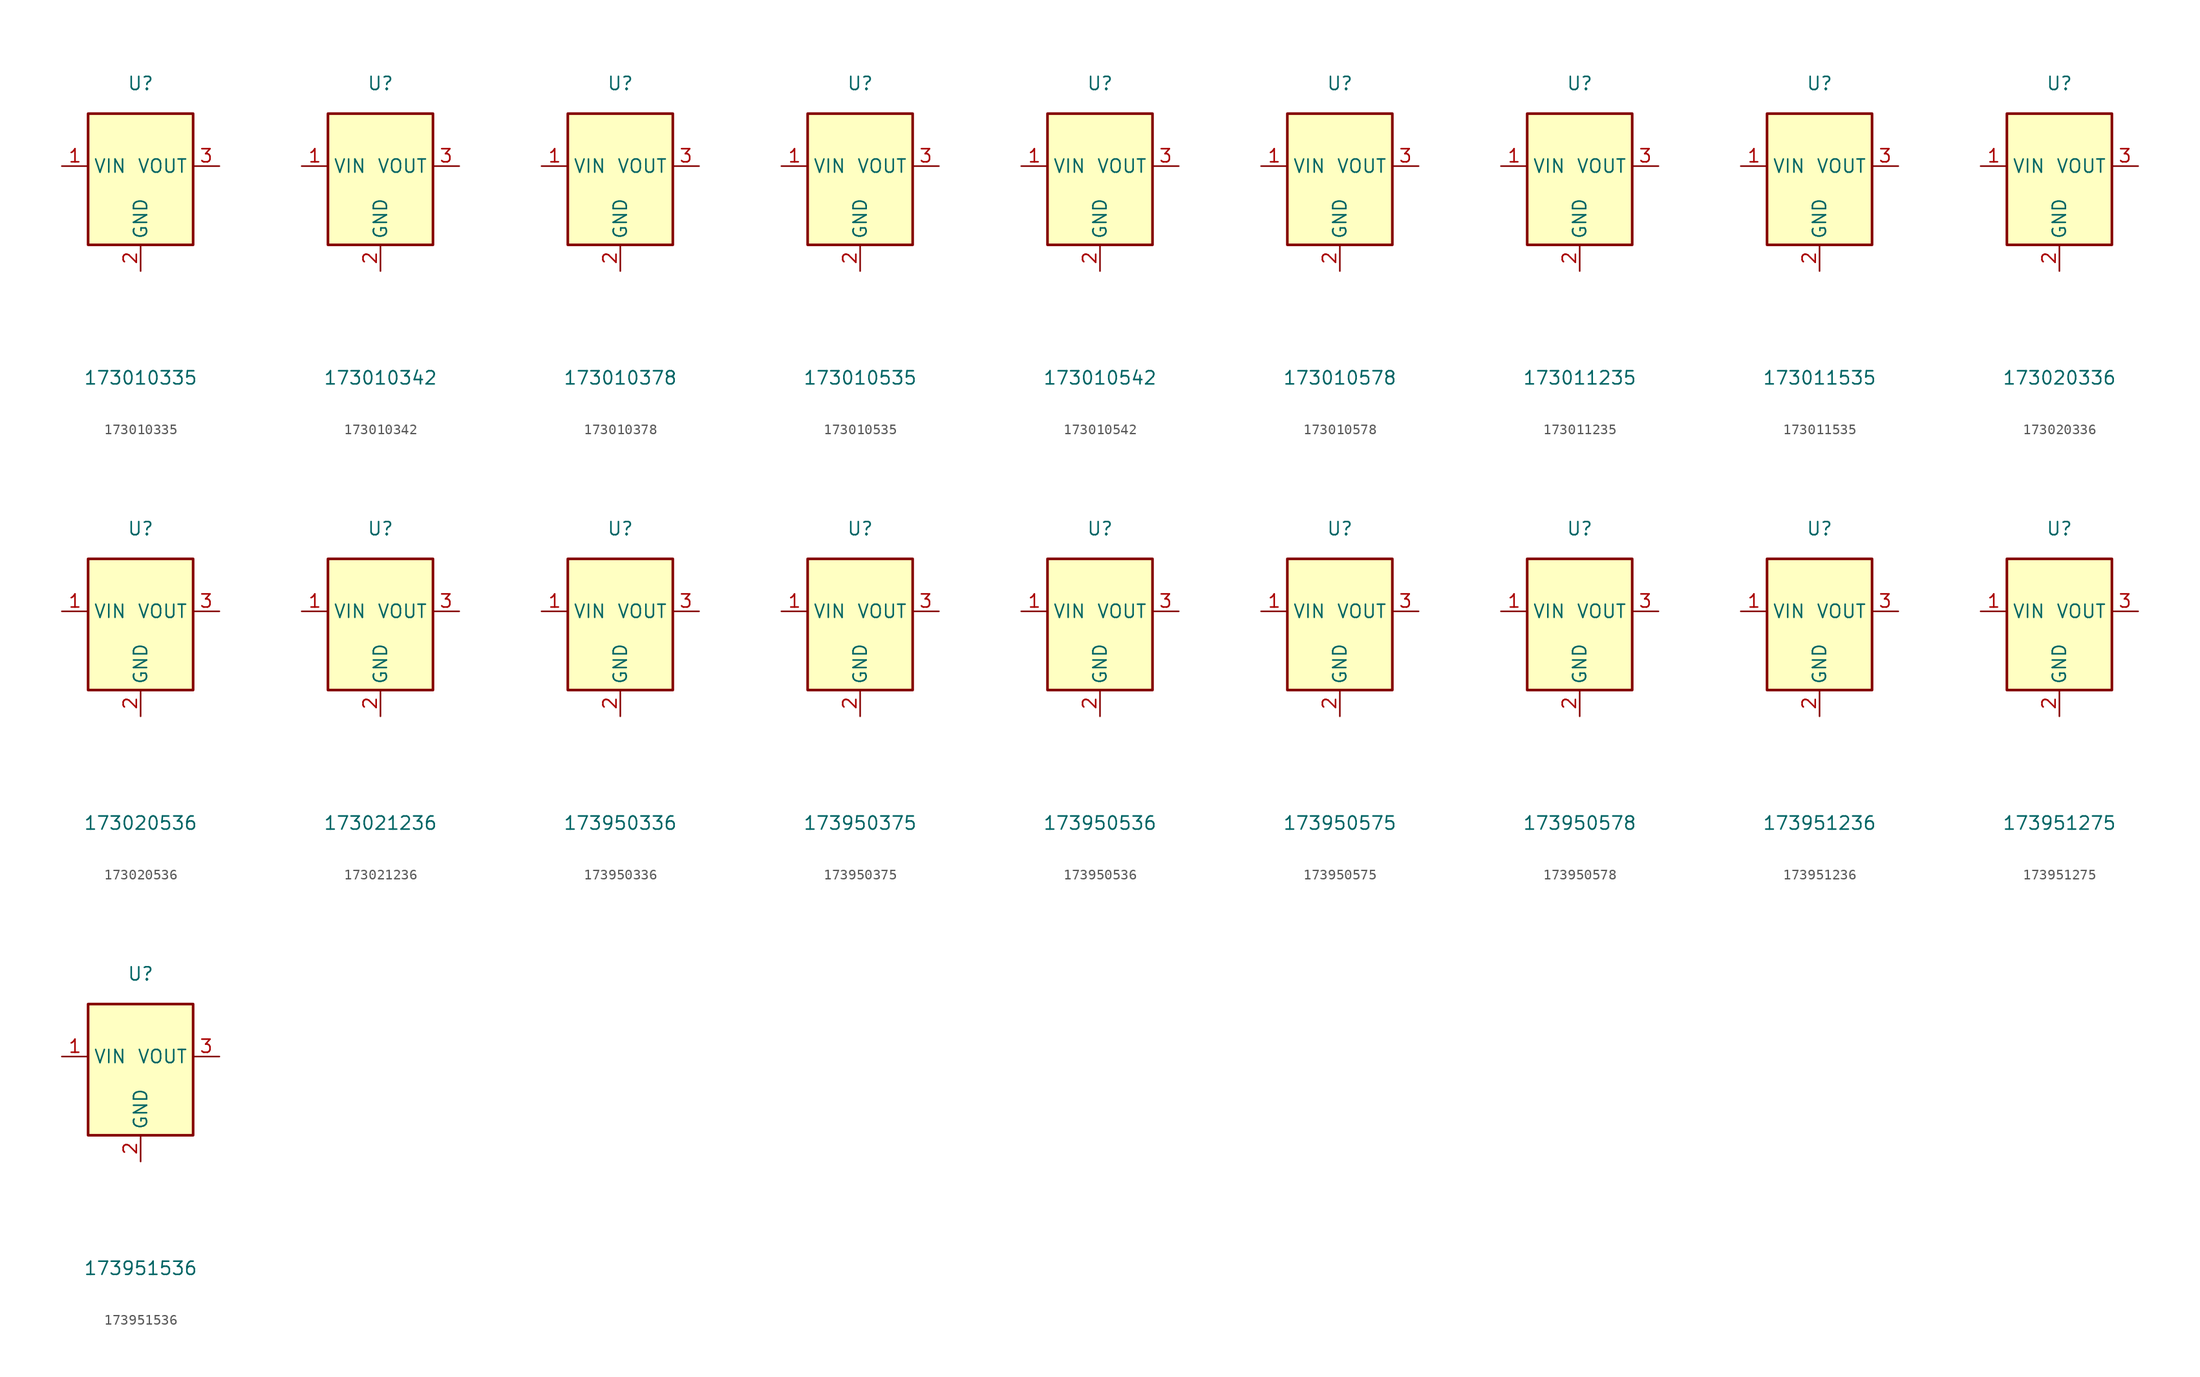
<source format=kicad_sym>
(kicad_symbol_lib
  (version 20220914)
  (generator kicad_symbol_editor)
  (symbol "173010335"
    (property "Reference" "U"
      (at 0 8 0)
      (effects (font (size 1.27 1.27))))
    (property "Value" "173010335"
      (at 0 -20.5 0)
      (effects (font (size 1.27 1.27))))
    (symbol "173010335_1_0"
      (rectangle (start -5.08 5.08) (end 5.08 -7.62) (stroke (width 0.254) (type solid)) (fill (type background))))
    (symbol "173010335_1_1"
      (pin power_in line (at -7.62 0 0) (length 2.54) (name "VIN" (effects (font (size 1.27 1.27)))) (number "1" (effects (font (size 1.27 1.27)))))
      (pin power_in line (at 0 -10.16 90) (length 2.54) (name "GND" (effects (font (size 1.27 1.27)))) (number "2" (effects (font (size 1.27 1.27)))))
      (pin power_out line (at 7.62 0 180) (length 2.54) (name "VOUT" (effects (font (size 1.27 1.27)))) (number "3" (effects (font (size 1.27 1.27)))))))
  (symbol "173010342"
    (property "Reference" "U"
      (at 0 8 0)
      (effects (font (size 1.27 1.27))))
    (property "Value" "173010342"
      (at 0 -20.5 0)
      (effects (font (size 1.27 1.27))))
    (symbol "173010342_1_0"
      (rectangle (start -5.08 5.08) (end 5.08 -7.62) (stroke (width 0.254) (type solid)) (fill (type background))))
    (symbol "173010342_1_1"
      (pin power_in line (at -7.62 0 0) (length 2.54) (name "VIN" (effects (font (size 1.27 1.27)))) (number "1" (effects (font (size 1.27 1.27)))))
      (pin power_in line (at 0 -10.16 90) (length 2.54) (name "GND" (effects (font (size 1.27 1.27)))) (number "2" (effects (font (size 1.27 1.27)))))
      (pin power_out line (at 7.62 0 180) (length 2.54) (name "VOUT" (effects (font (size 1.27 1.27)))) (number "3" (effects (font (size 1.27 1.27)))))))
  (symbol "173010378"
    (property "Reference" "U"
      (at 0 8 0)
      (effects (font (size 1.27 1.27))))
    (property "Value" "173010378"
      (at 0 -20.5 0)
      (effects (font (size 1.27 1.27))))
    (symbol "173010378_1_0"
      (rectangle (start -5.08 5.08) (end 5.08 -7.62) (stroke (width 0.254) (type solid)) (fill (type background))))
    (symbol "173010378_1_1"
      (pin power_in line (at -7.62 0 0) (length 2.54) (name "VIN" (effects (font (size 1.27 1.27)))) (number "1" (effects (font (size 1.27 1.27)))))
      (pin power_in line (at 0 -10.16 90) (length 2.54) (name "GND" (effects (font (size 1.27 1.27)))) (number "2" (effects (font (size 1.27 1.27)))))
      (pin power_out line (at 7.62 0 180) (length 2.54) (name "VOUT" (effects (font (size 1.27 1.27)))) (number "3" (effects (font (size 1.27 1.27)))))))
  (symbol "173010535"
    (property "Reference" "U"
      (at 0 8 0)
      (effects (font (size 1.27 1.27))))
    (property "Value" "173010535"
      (at 0 -20.5 0)
      (effects (font (size 1.27 1.27))))
    (symbol "173010535_1_0"
      (rectangle (start -5.08 5.08) (end 5.08 -7.62) (stroke (width 0.254) (type solid)) (fill (type background))))
    (symbol "173010535_1_1"
      (pin power_in line (at -7.62 0 0) (length 2.54) (name "VIN" (effects (font (size 1.27 1.27)))) (number "1" (effects (font (size 1.27 1.27)))))
      (pin power_in line (at 0 -10.16 90) (length 2.54) (name "GND" (effects (font (size 1.27 1.27)))) (number "2" (effects (font (size 1.27 1.27)))))
      (pin power_out line (at 7.62 0 180) (length 2.54) (name "VOUT" (effects (font (size 1.27 1.27)))) (number "3" (effects (font (size 1.27 1.27)))))))
  (symbol "173010542"
    (property "Reference" "U"
      (at 0 8 0)
      (effects (font (size 1.27 1.27))))
    (property "Value" "173010542"
      (at 0 -20.5 0)
      (effects (font (size 1.27 1.27))))
    (symbol "173010542_1_0"
      (rectangle (start -5.08 5.08) (end 5.08 -7.62) (stroke (width 0.254) (type solid)) (fill (type background))))
    (symbol "173010542_1_1"
      (pin power_in line (at -7.62 0 0) (length 2.54) (name "VIN" (effects (font (size 1.27 1.27)))) (number "1" (effects (font (size 1.27 1.27)))))
      (pin power_in line (at 0 -10.16 90) (length 2.54) (name "GND" (effects (font (size 1.27 1.27)))) (number "2" (effects (font (size 1.27 1.27)))))
      (pin power_out line (at 7.62 0 180) (length 2.54) (name "VOUT" (effects (font (size 1.27 1.27)))) (number "3" (effects (font (size 1.27 1.27)))))))
  (symbol "173010578"
    (property "Reference" "U"
      (at 0 8 0)
      (effects (font (size 1.27 1.27))))
    (property "Value" "173010578"
      (at 0 -20.5 0)
      (effects (font (size 1.27 1.27))))
    (symbol "173010578_1_0"
      (rectangle (start -5.08 5.08) (end 5.08 -7.62) (stroke (width 0.254) (type solid)) (fill (type background))))
    (symbol "173010578_1_1"
      (pin power_in line (at -7.62 0 0) (length 2.54) (name "VIN" (effects (font (size 1.27 1.27)))) (number "1" (effects (font (size 1.27 1.27)))))
      (pin power_in line (at 0 -10.16 90) (length 2.54) (name "GND" (effects (font (size 1.27 1.27)))) (number "2" (effects (font (size 1.27 1.27)))))
      (pin power_out line (at 7.62 0 180) (length 2.54) (name "VOUT" (effects (font (size 1.27 1.27)))) (number "3" (effects (font (size 1.27 1.27)))))))
  (symbol "173011235"
    (property "Reference" "U"
      (at 0 8 0)
      (effects (font (size 1.27 1.27))))
    (property "Value" "173011235"
      (at 0 -20.5 0)
      (effects (font (size 1.27 1.27))))
    (symbol "173011235_1_0"
      (rectangle (start -5.08 5.08) (end 5.08 -7.62) (stroke (width 0.254) (type solid)) (fill (type background))))
    (symbol "173011235_1_1"
      (pin power_in line (at -7.62 0 0) (length 2.54) (name "VIN" (effects (font (size 1.27 1.27)))) (number "1" (effects (font (size 1.27 1.27)))))
      (pin power_in line (at 0 -10.16 90) (length 2.54) (name "GND" (effects (font (size 1.27 1.27)))) (number "2" (effects (font (size 1.27 1.27)))))
      (pin power_out line (at 7.62 0 180) (length 2.54) (name "VOUT" (effects (font (size 1.27 1.27)))) (number "3" (effects (font (size 1.27 1.27)))))))
  (symbol "173011535"
    (property "Reference" "U"
      (at 0 8 0)
      (effects (font (size 1.27 1.27))))
    (property "Value" "173011535"
      (at 0 -20.5 0)
      (effects (font (size 1.27 1.27))))
    (symbol "173011535_1_0"
      (rectangle (start -5.08 5.08) (end 5.08 -7.62) (stroke (width 0.254) (type solid)) (fill (type background))))
    (symbol "173011535_1_1"
      (pin power_in line (at -7.62 0 0) (length 2.54) (name "VIN" (effects (font (size 1.27 1.27)))) (number "1" (effects (font (size 1.27 1.27)))))
      (pin power_in line (at 0 -10.16 90) (length 2.54) (name "GND" (effects (font (size 1.27 1.27)))) (number "2" (effects (font (size 1.27 1.27)))))
      (pin power_out line (at 7.62 0 180) (length 2.54) (name "VOUT" (effects (font (size 1.27 1.27)))) (number "3" (effects (font (size 1.27 1.27)))))))
  (symbol "173020336"
    (property "Reference" "U"
      (at 0 8 0)
      (effects (font (size 1.27 1.27))))
    (property "Value" "173020336"
      (at 0 -20.5 0)
      (effects (font (size 1.27 1.27))))
    (symbol "173020336_1_0"
      (rectangle (start -5.08 5.08) (end 5.08 -7.62) (stroke (width 0.254) (type solid)) (fill (type background))))
    (symbol "173020336_1_1"
      (pin power_in line (at -7.62 0 0) (length 2.54) (name "VIN" (effects (font (size 1.27 1.27)))) (number "1" (effects (font (size 1.27 1.27)))))
      (pin power_in line (at 0 -10.16 90) (length 2.54) (name "GND" (effects (font (size 1.27 1.27)))) (number "2" (effects (font (size 1.27 1.27)))))
      (pin power_out line (at 7.62 0 180) (length 2.54) (name "VOUT" (effects (font (size 1.27 1.27)))) (number "3" (effects (font (size 1.27 1.27)))))))
  (symbol "173020536"
    (property "Reference" "U"
      (at 0 8 0)
      (effects (font (size 1.27 1.27))))
    (property "Value" "173020536"
      (at 0 -20.5 0)
      (effects (font (size 1.27 1.27))))
    (symbol "173020536_1_0"
      (rectangle (start -5.08 5.08) (end 5.08 -7.62) (stroke (width 0.254) (type solid)) (fill (type background))))
    (symbol "173020536_1_1"
      (pin power_in line (at -7.62 0 0) (length 2.54) (name "VIN" (effects (font (size 1.27 1.27)))) (number "1" (effects (font (size 1.27 1.27)))))
      (pin power_in line (at 0 -10.16 90) (length 2.54) (name "GND" (effects (font (size 1.27 1.27)))) (number "2" (effects (font (size 1.27 1.27)))))
      (pin power_out line (at 7.62 0 180) (length 2.54) (name "VOUT" (effects (font (size 1.27 1.27)))) (number "3" (effects (font (size 1.27 1.27)))))))
  (symbol "173021236"
    (property "Reference" "U"
      (at 0 8 0)
      (effects (font (size 1.27 1.27))))
    (property "Value" "173021236"
      (at 0 -20.5 0)
      (effects (font (size 1.27 1.27))))
    (symbol "173021236_1_0"
      (rectangle (start -5.08 5.08) (end 5.08 -7.62) (stroke (width 0.254) (type solid)) (fill (type background))))
    (symbol "173021236_1_1"
      (pin power_in line (at -7.62 0 0) (length 2.54) (name "VIN" (effects (font (size 1.27 1.27)))) (number "1" (effects (font (size 1.27 1.27)))))
      (pin power_in line (at 0 -10.16 90) (length 2.54) (name "GND" (effects (font (size 1.27 1.27)))) (number "2" (effects (font (size 1.27 1.27)))))
      (pin power_out line (at 7.62 0 180) (length 2.54) (name "VOUT" (effects (font (size 1.27 1.27)))) (number "3" (effects (font (size 1.27 1.27)))))))
  (symbol "173950336"
    (property "Reference" "U"
      (at 0 8 0)
      (effects (font (size 1.27 1.27))))
    (property "Value" "173950336"
      (at 0 -20.5 0)
      (effects (font (size 1.27 1.27))))
    (symbol "173950336_1_0"
      (rectangle (start -5.08 5.08) (end 5.08 -7.62) (stroke (width 0.254) (type solid)) (fill (type background))))
    (symbol "173950336_1_1"
      (pin power_in line (at -7.62 0 0) (length 2.54) (name "VIN" (effects (font (size 1.27 1.27)))) (number "1" (effects (font (size 1.27 1.27)))))
      (pin power_in line (at 0 -10.16 90) (length 2.54) (name "GND" (effects (font (size 1.27 1.27)))) (number "2" (effects (font (size 1.27 1.27)))))
      (pin power_out line (at 7.62 0 180) (length 2.54) (name "VOUT" (effects (font (size 1.27 1.27)))) (number "3" (effects (font (size 1.27 1.27)))))))
  (symbol "173950375"
    (property "Reference" "U"
      (at 0 8 0)
      (effects (font (size 1.27 1.27))))
    (property "Value" "173950375"
      (at 0 -20.5 0)
      (effects (font (size 1.27 1.27))))
    (symbol "173950375_1_0"
      (rectangle (start -5.08 5.08) (end 5.08 -7.62) (stroke (width 0.254) (type solid)) (fill (type background))))
    (symbol "173950375_1_1"
      (pin power_in line (at -7.62 0 0) (length 2.54) (name "VIN" (effects (font (size 1.27 1.27)))) (number "1" (effects (font (size 1.27 1.27)))))
      (pin power_in line (at 0 -10.16 90) (length 2.54) (name "GND" (effects (font (size 1.27 1.27)))) (number "2" (effects (font (size 1.27 1.27)))))
      (pin power_out line (at 7.62 0 180) (length 2.54) (name "VOUT" (effects (font (size 1.27 1.27)))) (number "3" (effects (font (size 1.27 1.27)))))))
  (symbol "173950536"
    (property "Reference" "U"
      (at 0 8 0)
      (effects (font (size 1.27 1.27))))
    (property "Value" "173950536"
      (at 0 -20.5 0)
      (effects (font (size 1.27 1.27))))
    (symbol "173950536_1_0"
      (rectangle (start -5.08 5.08) (end 5.08 -7.62) (stroke (width 0.254) (type solid)) (fill (type background))))
    (symbol "173950536_1_1"
      (pin power_in line (at -7.62 0 0) (length 2.54) (name "VIN" (effects (font (size 1.27 1.27)))) (number "1" (effects (font (size 1.27 1.27)))))
      (pin power_in line (at 0 -10.16 90) (length 2.54) (name "GND" (effects (font (size 1.27 1.27)))) (number "2" (effects (font (size 1.27 1.27)))))
      (pin power_out line (at 7.62 0 180) (length 2.54) (name "VOUT" (effects (font (size 1.27 1.27)))) (number "3" (effects (font (size 1.27 1.27)))))))
  (symbol "173950575"
    (property "Reference" "U"
      (at 0 8 0)
      (effects (font (size 1.27 1.27))))
    (property "Value" "173950575"
      (at 0 -20.5 0)
      (effects (font (size 1.27 1.27))))
    (symbol "173950575_1_0"
      (rectangle (start -5.08 5.08) (end 5.08 -7.62) (stroke (width 0.254) (type solid)) (fill (type background))))
    (symbol "173950575_1_1"
      (pin power_in line (at -7.62 0 0) (length 2.54) (name "VIN" (effects (font (size 1.27 1.27)))) (number "1" (effects (font (size 1.27 1.27)))))
      (pin power_in line (at 0 -10.16 90) (length 2.54) (name "GND" (effects (font (size 1.27 1.27)))) (number "2" (effects (font (size 1.27 1.27)))))
      (pin power_out line (at 7.62 0 180) (length 2.54) (name "VOUT" (effects (font (size 1.27 1.27)))) (number "3" (effects (font (size 1.27 1.27)))))))
  (symbol "173950578"
    (property "Reference" "U"
      (at 0 8 0)
      (effects (font (size 1.27 1.27))))
    (property "Value" "173950578"
      (at 0 -20.5 0)
      (effects (font (size 1.27 1.27))))
    (symbol "173950578_1_0"
      (rectangle (start -5.08 5.08) (end 5.08 -7.62) (stroke (width 0.254) (type solid)) (fill (type background))))
    (symbol "173950578_1_1"
      (pin power_in line (at -7.62 0 0) (length 2.54) (name "VIN" (effects (font (size 1.27 1.27)))) (number "1" (effects (font (size 1.27 1.27)))))
      (pin power_in line (at 0 -10.16 90) (length 2.54) (name "GND" (effects (font (size 1.27 1.27)))) (number "2" (effects (font (size 1.27 1.27)))))
      (pin power_out line (at 7.62 0 180) (length 2.54) (name "VOUT" (effects (font (size 1.27 1.27)))) (number "3" (effects (font (size 1.27 1.27)))))))
  (symbol "173951236"
    (property "Reference" "U"
      (at 0 8 0)
      (effects (font (size 1.27 1.27))))
    (property "Value" "173951236"
      (at 0 -20.5 0)
      (effects (font (size 1.27 1.27))))
    (symbol "173951236_1_0"
      (rectangle (start -5.08 5.08) (end 5.08 -7.62) (stroke (width 0.254) (type solid)) (fill (type background))))
    (symbol "173951236_1_1"
      (pin power_in line (at -7.62 0 0) (length 2.54) (name "VIN" (effects (font (size 1.27 1.27)))) (number "1" (effects (font (size 1.27 1.27)))))
      (pin power_in line (at 0 -10.16 90) (length 2.54) (name "GND" (effects (font (size 1.27 1.27)))) (number "2" (effects (font (size 1.27 1.27)))))
      (pin power_out line (at 7.62 0 180) (length 2.54) (name "VOUT" (effects (font (size 1.27 1.27)))) (number "3" (effects (font (size 1.27 1.27)))))))
  (symbol "173951275"
    (property "Reference" "U"
      (at 0 8 0)
      (effects (font (size 1.27 1.27))))
    (property "Value" "173951275"
      (at 0 -20.5 0)
      (effects (font (size 1.27 1.27))))
    (symbol "173951275_1_0"
      (rectangle (start -5.08 5.08) (end 5.08 -7.62) (stroke (width 0.254) (type solid)) (fill (type background))))
    (symbol "173951275_1_1"
      (pin power_in line (at -7.62 0 0) (length 2.54) (name "VIN" (effects (font (size 1.27 1.27)))) (number "1" (effects (font (size 1.27 1.27)))))
      (pin power_in line (at 0 -10.16 90) (length 2.54) (name "GND" (effects (font (size 1.27 1.27)))) (number "2" (effects (font (size 1.27 1.27)))))
      (pin power_out line (at 7.62 0 180) (length 2.54) (name "VOUT" (effects (font (size 1.27 1.27)))) (number "3" (effects (font (size 1.27 1.27)))))))
  (symbol "173951536"
    (property "Reference" "U"
      (at 0 8 0)
      (effects (font (size 1.27 1.27))))
    (property "Value" "173951536"
      (at 0 -20.5 0)
      (effects (font (size 1.27 1.27))))
    (symbol "173951536_1_0"
      (rectangle (start -5.08 5.08) (end 5.08 -7.62) (stroke (width 0.254) (type solid)) (fill (type background))))
    (symbol "173951536_1_1"
      (pin power_in line (at -7.62 0 0) (length 2.54) (name "VIN" (effects (font (size 1.27 1.27)))) (number "1" (effects (font (size 1.27 1.27)))))
      (pin power_in line (at 0 -10.16 90) (length 2.54) (name "GND" (effects (font (size 1.27 1.27)))) (number "2" (effects (font (size 1.27 1.27)))))
      (pin power_out line (at 7.62 0 180) (length 2.54) (name "VOUT" (effects (font (size 1.27 1.27)))) (number "3" (effects (font (size 1.27 1.27))))))))
</source>
